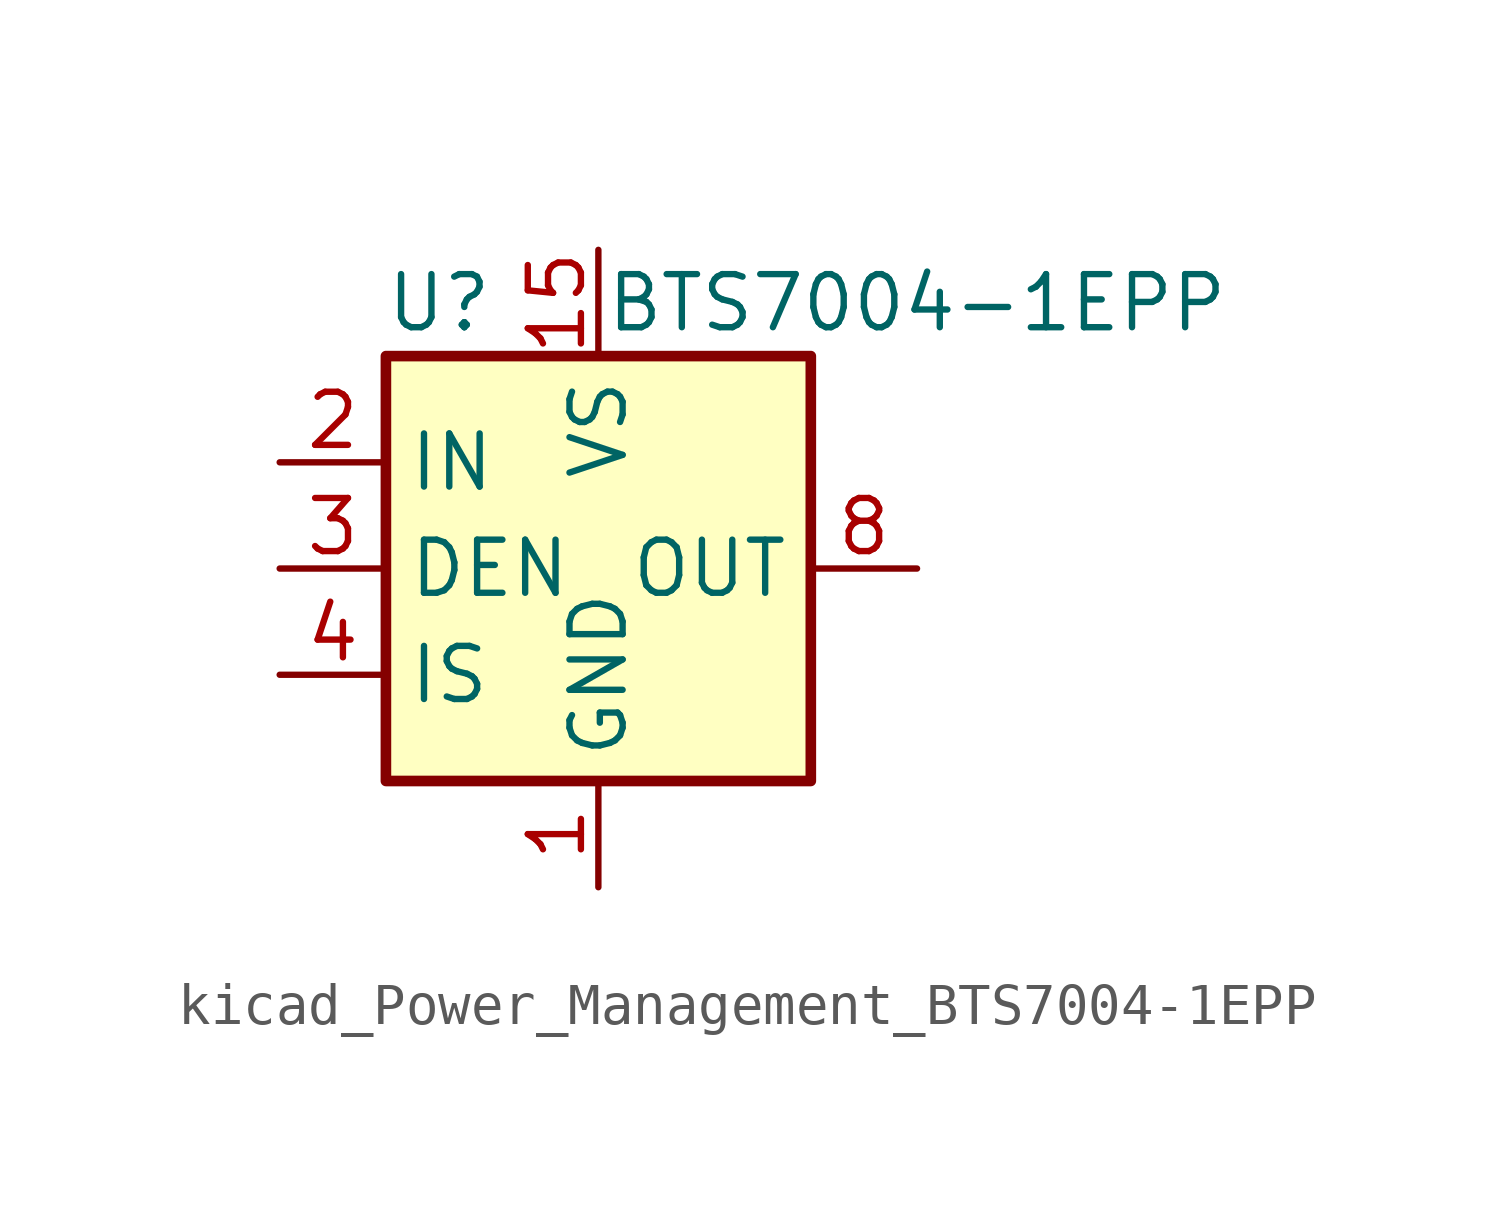
<source format=kicad_sym>
(kicad_symbol_lib
  (version 20220914)
  (generator kicad_symbol_editor)
  (symbol "kicad_Power_Management_BTS7004-1EPP"
    (property "Reference" "U"
      (at -3.81 6.35 0)
      (effects (font (size 1.27 1.27))))
    (property "Value" "BTS7004-1EPP"
      (at 7.62 6.35 0)
      (effects (font (size 1.27 1.27))))
    (symbol "kicad_Power_Management_BTS7004-1EPP_0_1"
      (rectangle (start -5.08 5.08) (end 5.08 -5.08) (stroke (width 0.254) (type default)) (fill (type background))))
    (symbol "kicad_Power_Management_BTS7004-1EPP_1_1"
      (pin power_in line (at 0 -7.62 90) (length 2.54) (name "GND" (effects (font (size 1.27 1.27)))) (number "1" (effects (font (size 1.27 1.27)))))
      (pin passive line (at 7.62 0 180) (length 2.54) hide (name "OUT" (effects (font (size 1.27 1.27)))) (number "10" (effects (font (size 1.27 1.27)))))
      (pin no_connect line (at 5.08 -5.08 180) (length 2.54) hide (name "NC" (effects (font (size 1.27 1.27)))) (number "11" (effects (font (size 1.27 1.27)))))
      (pin passive line (at 7.62 0 180) (length 2.54) hide (name "OUT" (effects (font (size 1.27 1.27)))) (number "12" (effects (font (size 1.27 1.27)))))
      (pin passive line (at 7.62 0 180) (length 2.54) hide (name "OUT" (effects (font (size 1.27 1.27)))) (number "13" (effects (font (size 1.27 1.27)))))
      (pin passive line (at 7.62 0 180) (length 2.54) hide (name "OUT" (effects (font (size 1.27 1.27)))) (number "14" (effects (font (size 1.27 1.27)))))
      (pin power_in line (at 0 7.62 270) (length 2.54) (name "VS" (effects (font (size 1.27 1.27)))) (number "15" (effects (font (size 1.27 1.27)))))
      (pin input line (at -7.62 2.54 0) (length 2.54) (name "IN" (effects (font (size 1.27 1.27)))) (number "2" (effects (font (size 1.27 1.27)))))
      (pin input line (at -7.62 0 0) (length 2.54) (name "DEN" (effects (font (size 1.27 1.27)))) (number "3" (effects (font (size 1.27 1.27)))))
      (pin output line (at -7.62 -2.54 0) (length 2.54) (name "IS" (effects (font (size 1.27 1.27)))) (number "4" (effects (font (size 1.27 1.27)))))
      (pin no_connect line (at 5.08 5.08 180) (length 2.54) hide (name "NC" (effects (font (size 1.27 1.27)))) (number "5" (effects (font (size 1.27 1.27)))))
      (pin no_connect line (at 5.08 2.54 180) (length 2.54) hide (name "NC" (effects (font (size 1.27 1.27)))) (number "6" (effects (font (size 1.27 1.27)))))
      (pin no_connect line (at 5.08 -2.54 180) (length 2.54) hide (name "NC" (effects (font (size 1.27 1.27)))) (number "7" (effects (font (size 1.27 1.27)))))
      (pin power_out line (at 7.62 0 180) (length 2.54) (name "OUT" (effects (font (size 1.27 1.27)))) (number "8" (effects (font (size 1.27 1.27)))))
      (pin passive line (at 7.62 0 180) (length 2.54) hide (name "OUT" (effects (font (size 1.27 1.27)))) (number "9" (effects (font (size 1.27 1.27))))))))
</source>
